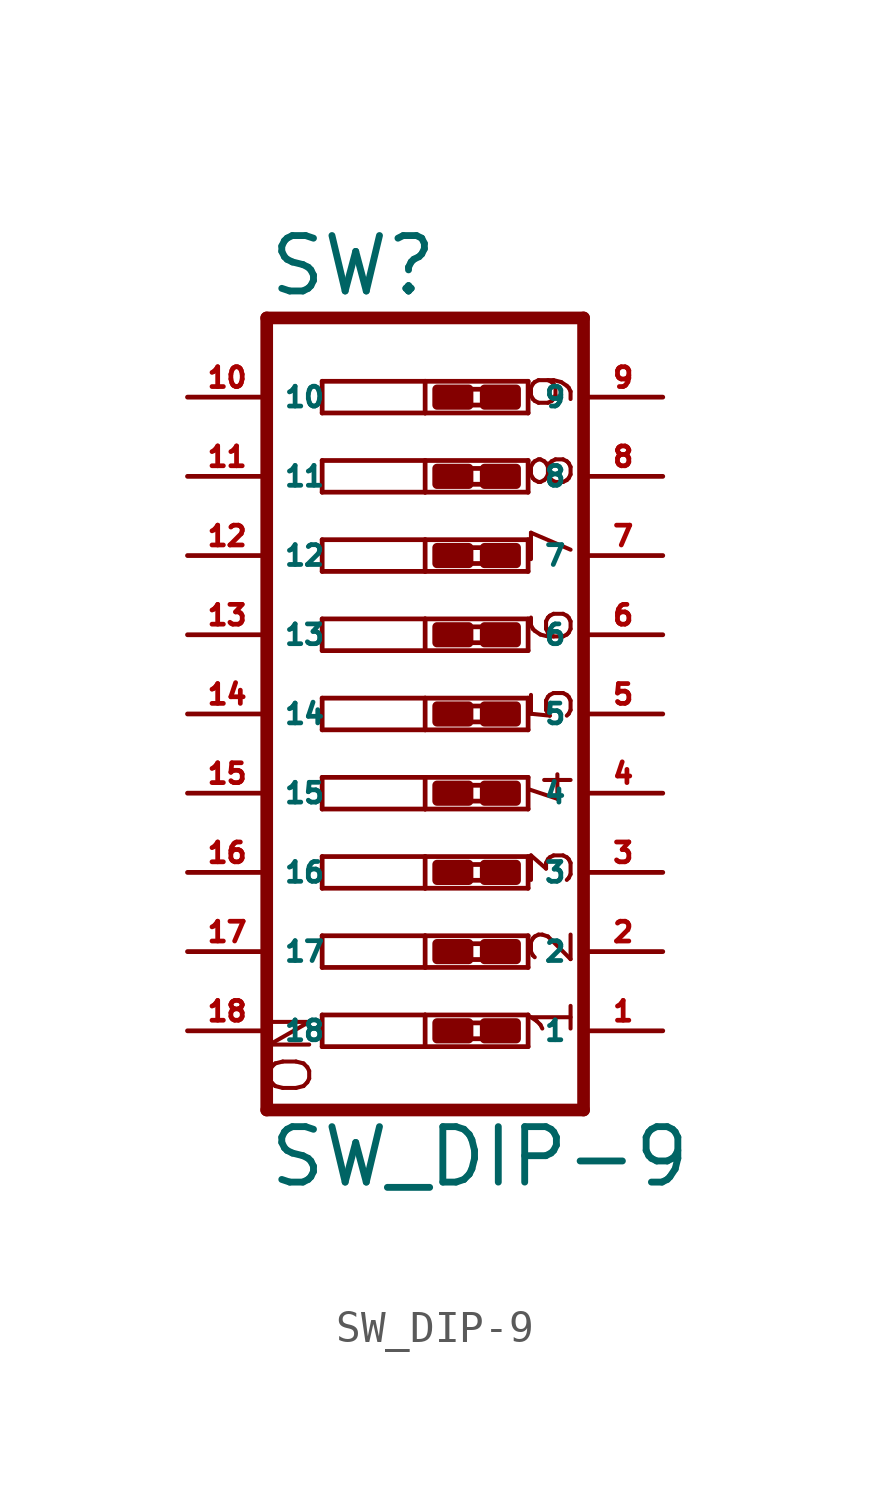
<source format=kicad_sym>
(kicad_symbol_lib
  (version 20220914)
  (generator Eagle2Kicad)
  (symbol "SW_DIP-9"
    (property "Reference" "SW"
      (at -5.08 13.335 0)
      (effects (font (size 1.778 1.778) (thickness 0.22)) (justify left bottom)))
    (property "Value" "SW_DIP-9"
      (at -5.08 -15.24 0)
      (effects (font (size 1.778 1.778) (thickness 0.22)) (justify left bottom)))
    (polyline
      (pts (xy -3.302 10.668) (xy 0 10.668))
      (stroke (width 0.152) (type default))
      (fill (type none)))
    (polyline
      (pts (xy 3.302 10.668) (xy 3.302 9.652))
      (stroke (width 0.152) (type default))
      (fill (type none)))
    (polyline
      (pts (xy 3.302 9.652) (xy 0 9.652))
      (stroke (width 0.152) (type default))
      (fill (type none)))
    (polyline
      (pts (xy -3.302 9.652) (xy -3.302 10.668))
      (stroke (width 0.152) (type default))
      (fill (type none)))
    (polyline
      (pts (xy 0 10.668) (xy 0 9.652))
      (stroke (width 0.152) (type default))
      (fill (type none)))
    (polyline
      (pts (xy 0 10.668) (xy 3.302 10.668))
      (stroke (width 0.152) (type default))
      (fill (type none)))
    (polyline
      (pts (xy 0 9.652) (xy -3.302 9.652))
      (stroke (width 0.152) (type default))
      (fill (type none)))
    (polyline
      (pts (xy -3.302 8.128) (xy 0 8.128))
      (stroke (width 0.152) (type default))
      (fill (type none)))
    (polyline
      (pts (xy 3.302 8.128) (xy 3.302 7.112))
      (stroke (width 0.152) (type default))
      (fill (type none)))
    (polyline
      (pts (xy 3.302 7.112) (xy 0 7.112))
      (stroke (width 0.152) (type default))
      (fill (type none)))
    (polyline
      (pts (xy -3.302 7.112) (xy -3.302 8.128))
      (stroke (width 0.152) (type default))
      (fill (type none)))
    (polyline
      (pts (xy 0 8.128) (xy 0 7.112))
      (stroke (width 0.152) (type default))
      (fill (type none)))
    (polyline
      (pts (xy 0 8.128) (xy 3.302 8.128))
      (stroke (width 0.152) (type default))
      (fill (type none)))
    (polyline
      (pts (xy 0 7.112) (xy -3.302 7.112))
      (stroke (width 0.152) (type default))
      (fill (type none)))
    (polyline
      (pts (xy -3.302 5.588) (xy 0 5.588))
      (stroke (width 0.152) (type default))
      (fill (type none)))
    (polyline
      (pts (xy 3.302 5.588) (xy 3.302 4.572))
      (stroke (width 0.152) (type default))
      (fill (type none)))
    (polyline
      (pts (xy 3.302 4.572) (xy 0 4.572))
      (stroke (width 0.152) (type default))
      (fill (type none)))
    (polyline
      (pts (xy -3.302 4.572) (xy -3.302 5.588))
      (stroke (width 0.152) (type default))
      (fill (type none)))
    (polyline
      (pts (xy 0 5.588) (xy 0 4.572))
      (stroke (width 0.152) (type default))
      (fill (type none)))
    (polyline
      (pts (xy 0 5.588) (xy 3.302 5.588))
      (stroke (width 0.152) (type default))
      (fill (type none)))
    (polyline
      (pts (xy 0 4.572) (xy -3.302 4.572))
      (stroke (width 0.152) (type default))
      (fill (type none)))
    (polyline
      (pts (xy -3.302 3.048) (xy 0 3.048))
      (stroke (width 0.152) (type default))
      (fill (type none)))
    (polyline
      (pts (xy 3.302 3.048) (xy 3.302 2.032))
      (stroke (width 0.152) (type default))
      (fill (type none)))
    (polyline
      (pts (xy 3.302 2.032) (xy 0 2.032))
      (stroke (width 0.152) (type default))
      (fill (type none)))
    (polyline
      (pts (xy -3.302 2.032) (xy -3.302 3.048))
      (stroke (width 0.152) (type default))
      (fill (type none)))
    (polyline
      (pts (xy 0 3.048) (xy 0 2.032))
      (stroke (width 0.152) (type default))
      (fill (type none)))
    (polyline
      (pts (xy 0 3.048) (xy 3.302 3.048))
      (stroke (width 0.152) (type default))
      (fill (type none)))
    (polyline
      (pts (xy 0 2.032) (xy -3.302 2.032))
      (stroke (width 0.152) (type default))
      (fill (type none)))
    (polyline
      (pts (xy -3.302 0.508) (xy 0 0.508))
      (stroke (width 0.152) (type default))
      (fill (type none)))
    (polyline
      (pts (xy 3.302 0.508) (xy 3.302 -0.508))
      (stroke (width 0.152) (type default))
      (fill (type none)))
    (polyline
      (pts (xy 3.302 -0.508) (xy 0 -0.508))
      (stroke (width 0.152) (type default))
      (fill (type none)))
    (polyline
      (pts (xy -3.302 -0.508) (xy -3.302 0.508))
      (stroke (width 0.152) (type default))
      (fill (type none)))
    (polyline
      (pts (xy 0 0.508) (xy 0 -0.508))
      (stroke (width 0.152) (type default))
      (fill (type none)))
    (polyline
      (pts (xy 0 0.508) (xy 3.302 0.508))
      (stroke (width 0.152) (type default))
      (fill (type none)))
    (polyline
      (pts (xy 0 -0.508) (xy -3.302 -0.508))
      (stroke (width 0.152) (type default))
      (fill (type none)))
    (polyline
      (pts (xy -3.302 -2.032) (xy 0 -2.032))
      (stroke (width 0.152) (type default))
      (fill (type none)))
    (polyline
      (pts (xy 3.302 -2.032) (xy 3.302 -3.048))
      (stroke (width 0.152) (type default))
      (fill (type none)))
    (polyline
      (pts (xy 3.302 -3.048) (xy 0 -3.048))
      (stroke (width 0.152) (type default))
      (fill (type none)))
    (polyline
      (pts (xy -3.302 -3.048) (xy -3.302 -2.032))
      (stroke (width 0.152) (type default))
      (fill (type none)))
    (polyline
      (pts (xy 0 -2.032) (xy 0 -3.048))
      (stroke (width 0.152) (type default))
      (fill (type none)))
    (polyline
      (pts (xy 0 -2.032) (xy 3.302 -2.032))
      (stroke (width 0.152) (type default))
      (fill (type none)))
    (polyline
      (pts (xy 0 -3.048) (xy -3.302 -3.048))
      (stroke (width 0.152) (type default))
      (fill (type none)))
    (polyline
      (pts (xy -3.302 -4.572) (xy 0 -4.572))
      (stroke (width 0.152) (type default))
      (fill (type none)))
    (polyline
      (pts (xy 3.302 -4.572) (xy 3.302 -5.588))
      (stroke (width 0.152) (type default))
      (fill (type none)))
    (polyline
      (pts (xy 3.302 -5.588) (xy 0 -5.588))
      (stroke (width 0.152) (type default))
      (fill (type none)))
    (polyline
      (pts (xy -3.302 -5.588) (xy -3.302 -4.572))
      (stroke (width 0.152) (type default))
      (fill (type none)))
    (polyline
      (pts (xy 0 -4.572) (xy 0 -5.588))
      (stroke (width 0.152) (type default))
      (fill (type none)))
    (polyline
      (pts (xy 0 -4.572) (xy 3.302 -4.572))
      (stroke (width 0.152) (type default))
      (fill (type none)))
    (polyline
      (pts (xy 0 -5.588) (xy -3.302 -5.588))
      (stroke (width 0.152) (type default))
      (fill (type none)))
    (polyline
      (pts (xy -3.302 -7.112) (xy 0 -7.112))
      (stroke (width 0.152) (type default))
      (fill (type none)))
    (polyline
      (pts (xy 3.302 -7.112) (xy 3.302 -8.128))
      (stroke (width 0.152) (type default))
      (fill (type none)))
    (polyline
      (pts (xy 3.302 -8.128) (xy 0 -8.128))
      (stroke (width 0.152) (type default))
      (fill (type none)))
    (polyline
      (pts (xy -3.302 -8.128) (xy -3.302 -7.112))
      (stroke (width 0.152) (type default))
      (fill (type none)))
    (polyline
      (pts (xy 0 -7.112) (xy 0 -8.128))
      (stroke (width 0.152) (type default))
      (fill (type none)))
    (polyline
      (pts (xy 0 -7.112) (xy 3.302 -7.112))
      (stroke (width 0.152) (type default))
      (fill (type none)))
    (polyline
      (pts (xy 0 -8.128) (xy -3.302 -8.128))
      (stroke (width 0.152) (type default))
      (fill (type none)))
    (polyline
      (pts (xy -3.302 -9.652) (xy 0 -9.652))
      (stroke (width 0.152) (type default))
      (fill (type none)))
    (polyline
      (pts (xy 3.302 -9.652) (xy 3.302 -10.668))
      (stroke (width 0.152) (type default))
      (fill (type none)))
    (polyline
      (pts (xy 3.302 -10.668) (xy 0 -10.668))
      (stroke (width 0.152) (type default))
      (fill (type none)))
    (polyline
      (pts (xy -3.302 -10.668) (xy -3.302 -9.652))
      (stroke (width 0.152) (type default))
      (fill (type none)))
    (polyline
      (pts (xy 0 -9.652) (xy 0 -10.668))
      (stroke (width 0.152) (type default))
      (fill (type none)))
    (polyline
      (pts (xy 0 -9.652) (xy 3.302 -9.652))
      (stroke (width 0.152) (type default))
      (fill (type none)))
    (polyline
      (pts (xy 0 -10.668) (xy -3.302 -10.668))
      (stroke (width 0.152) (type default))
      (fill (type none)))
    (polyline
      (pts (xy -5.08 12.7) (xy -5.08 -12.7))
      (stroke (width 0.406) (type default))
      (fill (type none)))
    (polyline
      (pts (xy -5.08 -12.7) (xy 5.08 -12.7))
      (stroke (width 0.406) (type default))
      (fill (type none)))
    (polyline
      (pts (xy 5.08 -12.7) (xy 5.08 12.7))
      (stroke (width 0.406) (type default))
      (fill (type none)))
    (polyline
      (pts (xy 5.08 12.7) (xy -5.08 12.7))
      (stroke (width 0.406) (type default))
      (fill (type none)))
    (polyline
      (pts (xy 1.397 7.874) (xy 1.905 7.874))
      (stroke (width 0) (type default))
      (fill (type none)))
    (polyline
      (pts (xy 1.397 7.366) (xy 1.905 7.366))
      (stroke (width 0) (type default))
      (fill (type none)))
    (polyline
      (pts (xy 1.397 10.414) (xy 1.905 10.414))
      (stroke (width 0) (type default))
      (fill (type none)))
    (polyline
      (pts (xy 1.397 9.906) (xy 1.905 9.906))
      (stroke (width 0) (type default))
      (fill (type none)))
    (polyline
      (pts (xy 1.397 5.334) (xy 1.905 5.334))
      (stroke (width 0) (type default))
      (fill (type none)))
    (polyline
      (pts (xy 1.397 4.826) (xy 1.905 4.826))
      (stroke (width 0) (type default))
      (fill (type none)))
    (polyline
      (pts (xy 1.397 2.794) (xy 1.905 2.794))
      (stroke (width 0) (type default))
      (fill (type none)))
    (polyline
      (pts (xy 1.397 2.286) (xy 1.905 2.286))
      (stroke (width 0) (type default))
      (fill (type none)))
    (polyline
      (pts (xy 1.397 0.254) (xy 1.905 0.254))
      (stroke (width 0) (type default))
      (fill (type none)))
    (polyline
      (pts (xy 1.397 -0.254) (xy 1.905 -0.254))
      (stroke (width 0) (type default))
      (fill (type none)))
    (polyline
      (pts (xy 1.397 -2.286) (xy 1.905 -2.286))
      (stroke (width 0) (type default))
      (fill (type none)))
    (polyline
      (pts (xy 1.397 -2.794) (xy 1.905 -2.794))
      (stroke (width 0) (type default))
      (fill (type none)))
    (polyline
      (pts (xy 1.397 -4.826) (xy 1.905 -4.826))
      (stroke (width 0) (type default))
      (fill (type none)))
    (polyline
      (pts (xy 1.397 -5.334) (xy 1.905 -5.334))
      (stroke (width 0) (type default))
      (fill (type none)))
    (polyline
      (pts (xy 1.397 -7.366) (xy 1.905 -7.366))
      (stroke (width 0) (type default))
      (fill (type none)))
    (polyline
      (pts (xy 1.397 -7.874) (xy 1.905 -7.874))
      (stroke (width 0) (type default))
      (fill (type none)))
    (polyline
      (pts (xy 1.397 -9.906) (xy 1.905 -9.906))
      (stroke (width 0) (type default))
      (fill (type none)))
    (polyline
      (pts (xy 1.397 -10.414) (xy 1.905 -10.414))
      (stroke (width 0) (type default))
      (fill (type none)))
    (text "1"
      (at 4.826 -10.414 900)
      (effects (font (size 1.27 1.27) (thickness 0.13)) (justify left bottom)))
    (text "2"
      (at 4.826 -8.128 900)
      (effects (font (size 1.27 1.27) (thickness 0.13)) (justify left bottom)))
    (text "3"
      (at 4.826 -5.588 900)
      (effects (font (size 1.27 1.27) (thickness 0.13)) (justify left bottom)))
    (text "4"
      (at 4.826 -3.048 900)
      (effects (font (size 1.27 1.27) (thickness 0.13)) (justify left bottom)))
    (text "5"
      (at 4.826 -0.381 900)
      (effects (font (size 1.27 1.27) (thickness 0.13)) (justify left bottom)))
    (text "6"
      (at 4.826 2.159 900)
      (effects (font (size 1.27 1.27) (thickness 0.13)) (justify left bottom)))
    (text "7"
      (at 4.826 4.699 900)
      (effects (font (size 1.27 1.27) (thickness 0.13)) (justify left bottom)))
    (text "8"
      (at 4.826 7.112 900)
      (effects (font (size 1.27 1.27) (thickness 0.13)) (justify left bottom)))
    (text "9"
      (at 4.826 9.652 900)
      (effects (font (size 1.27 1.27) (thickness 0.13)) (justify left bottom)))
    (text "ON"
      (at -3.556 -12.319 900)
      (effects (font (size 1.27 1.27) (thickness 0.13)) (justify left bottom)))
    (rectangle
      (start 0.381 7.366)
      (end 1.397 7.874)
      (stroke (width 0.3) (type default))
      (fill (type outline)))
    (rectangle
      (start 1.905 7.366)
      (end 2.921 7.874)
      (stroke (width 0.3) (type default))
      (fill (type outline)))
    (rectangle
      (start 0.381 9.906)
      (end 1.397 10.414)
      (stroke (width 0.3) (type default))
      (fill (type outline)))
    (rectangle
      (start 1.905 9.906)
      (end 2.921 10.414)
      (stroke (width 0.3) (type default))
      (fill (type outline)))
    (rectangle
      (start 0.381 4.826)
      (end 1.397 5.334)
      (stroke (width 0.3) (type default))
      (fill (type outline)))
    (rectangle
      (start 1.905 4.826)
      (end 2.921 5.334)
      (stroke (width 0.3) (type default))
      (fill (type outline)))
    (rectangle
      (start 0.381 2.286)
      (end 1.397 2.794)
      (stroke (width 0.3) (type default))
      (fill (type outline)))
    (rectangle
      (start 1.905 2.286)
      (end 2.921 2.794)
      (stroke (width 0.3) (type default))
      (fill (type outline)))
    (rectangle
      (start 0.381 -0.254)
      (end 1.397 0.254)
      (stroke (width 0.3) (type default))
      (fill (type outline)))
    (rectangle
      (start 1.905 -0.254)
      (end 2.921 0.254)
      (stroke (width 0.3) (type default))
      (fill (type outline)))
    (rectangle
      (start 0.381 -2.794)
      (end 1.397 -2.286)
      (stroke (width 0.3) (type default))
      (fill (type outline)))
    (rectangle
      (start 1.905 -2.794)
      (end 2.921 -2.286)
      (stroke (width 0.3) (type default))
      (fill (type outline)))
    (rectangle
      (start 0.381 -5.334)
      (end 1.397 -4.826)
      (stroke (width 0.3) (type default))
      (fill (type outline)))
    (rectangle
      (start 1.905 -5.334)
      (end 2.921 -4.826)
      (stroke (width 0.3) (type default))
      (fill (type outline)))
    (rectangle
      (start 0.381 -7.874)
      (end 1.397 -7.366)
      (stroke (width 0.3) (type default))
      (fill (type outline)))
    (rectangle
      (start 1.905 -7.874)
      (end 2.921 -7.366)
      (stroke (width 0.3) (type default))
      (fill (type outline)))
    (rectangle
      (start 0.381 -10.414)
      (end 1.397 -9.906)
      (stroke (width 0.3) (type default))
      (fill (type outline)))
    (rectangle
      (start 1.905 -10.414)
      (end 2.921 -9.906)
      (stroke (width 0.3) (type default))
      (fill (type outline)))
    (pin passive line
      (at -7.62 10.16 0)
      (length 2.54)
      (name "10" (effects (font (size 0.635 0.635) (thickness 0.08)) (justify left bottom)))
      (number "10" (effects (font (size 0.635 0.635) (thickness 0.08)) (justify left bottom))))
    (pin passive line
      (at -7.62 7.62 0)
      (length 2.54)
      (name "11" (effects (font (size 0.635 0.635) (thickness 0.08)) (justify left bottom)))
      (number "11" (effects (font (size 0.635 0.635) (thickness 0.08)) (justify left bottom))))
    (pin passive line
      (at -7.62 5.08 0)
      (length 2.54)
      (name "12" (effects (font (size 0.635 0.635) (thickness 0.08)) (justify left bottom)))
      (number "12" (effects (font (size 0.635 0.635) (thickness 0.08)) (justify left bottom))))
    (pin passive line
      (at -7.62 2.54 0)
      (length 2.54)
      (name "13" (effects (font (size 0.635 0.635) (thickness 0.08)) (justify left bottom)))
      (number "13" (effects (font (size 0.635 0.635) (thickness 0.08)) (justify left bottom))))
    (pin passive line
      (at -7.62 0 0)
      (length 2.54)
      (name "14" (effects (font (size 0.635 0.635) (thickness 0.08)) (justify left bottom)))
      (number "14" (effects (font (size 0.635 0.635) (thickness 0.08)) (justify left bottom))))
    (pin passive line
      (at -7.62 -2.54 0)
      (length 2.54)
      (name "15" (effects (font (size 0.635 0.635) (thickness 0.08)) (justify left bottom)))
      (number "15" (effects (font (size 0.635 0.635) (thickness 0.08)) (justify left bottom))))
    (pin passive line
      (at -7.62 -5.08 0)
      (length 2.54)
      (name "16" (effects (font (size 0.635 0.635) (thickness 0.08)) (justify left bottom)))
      (number "16" (effects (font (size 0.635 0.635) (thickness 0.08)) (justify left bottom))))
    (pin passive line
      (at -7.62 -7.62 0)
      (length 2.54)
      (name "17" (effects (font (size 0.635 0.635) (thickness 0.08)) (justify left bottom)))
      (number "17" (effects (font (size 0.635 0.635) (thickness 0.08)) (justify left bottom))))
    (pin passive line
      (at -7.62 -10.16 0)
      (length 2.54)
      (name "18" (effects (font (size 0.635 0.635) (thickness 0.08)) (justify left bottom)))
      (number "18" (effects (font (size 0.635 0.635) (thickness 0.08)) (justify left bottom))))
    (pin passive line
      (at 7.62 -10.16 180)
      (length 2.54)
      (name "1" (effects (font (size 0.635 0.635) (thickness 0.08)) (justify left bottom)))
      (number "1" (effects (font (size 0.635 0.635) (thickness 0.08)) (justify left bottom))))
    (pin passive line
      (at 7.62 -7.62 180)
      (length 2.54)
      (name "2" (effects (font (size 0.635 0.635) (thickness 0.08)) (justify left bottom)))
      (number "2" (effects (font (size 0.635 0.635) (thickness 0.08)) (justify left bottom))))
    (pin passive line
      (at 7.62 -5.08 180)
      (length 2.54)
      (name "3" (effects (font (size 0.635 0.635) (thickness 0.08)) (justify left bottom)))
      (number "3" (effects (font (size 0.635 0.635) (thickness 0.08)) (justify left bottom))))
    (pin passive line
      (at 7.62 -2.54 180)
      (length 2.54)
      (name "4" (effects (font (size 0.635 0.635) (thickness 0.08)) (justify left bottom)))
      (number "4" (effects (font (size 0.635 0.635) (thickness 0.08)) (justify left bottom))))
    (pin passive line
      (at 7.62 0 180)
      (length 2.54)
      (name "5" (effects (font (size 0.635 0.635) (thickness 0.08)) (justify left bottom)))
      (number "5" (effects (font (size 0.635 0.635) (thickness 0.08)) (justify left bottom))))
    (pin passive line
      (at 7.62 2.54 180)
      (length 2.54)
      (name "6" (effects (font (size 0.635 0.635) (thickness 0.08)) (justify left bottom)))
      (number "6" (effects (font (size 0.635 0.635) (thickness 0.08)) (justify left bottom))))
    (pin passive line
      (at 7.62 5.08 180)
      (length 2.54)
      (name "7" (effects (font (size 0.635 0.635) (thickness 0.08)) (justify left bottom)))
      (number "7" (effects (font (size 0.635 0.635) (thickness 0.08)) (justify left bottom))))
    (pin passive line
      (at 7.62 7.62 180)
      (length 2.54)
      (name "8" (effects (font (size 0.635 0.635) (thickness 0.08)) (justify left bottom)))
      (number "8" (effects (font (size 0.635 0.635) (thickness 0.08)) (justify left bottom))))
    (pin passive line
      (at 7.62 10.16 180)
      (length 2.54)
      (name "9" (effects (font (size 0.635 0.635) (thickness 0.08)) (justify left bottom)))
      (number "9" (effects (font (size 0.635 0.635) (thickness 0.08)) (justify left bottom))))))
</source>
